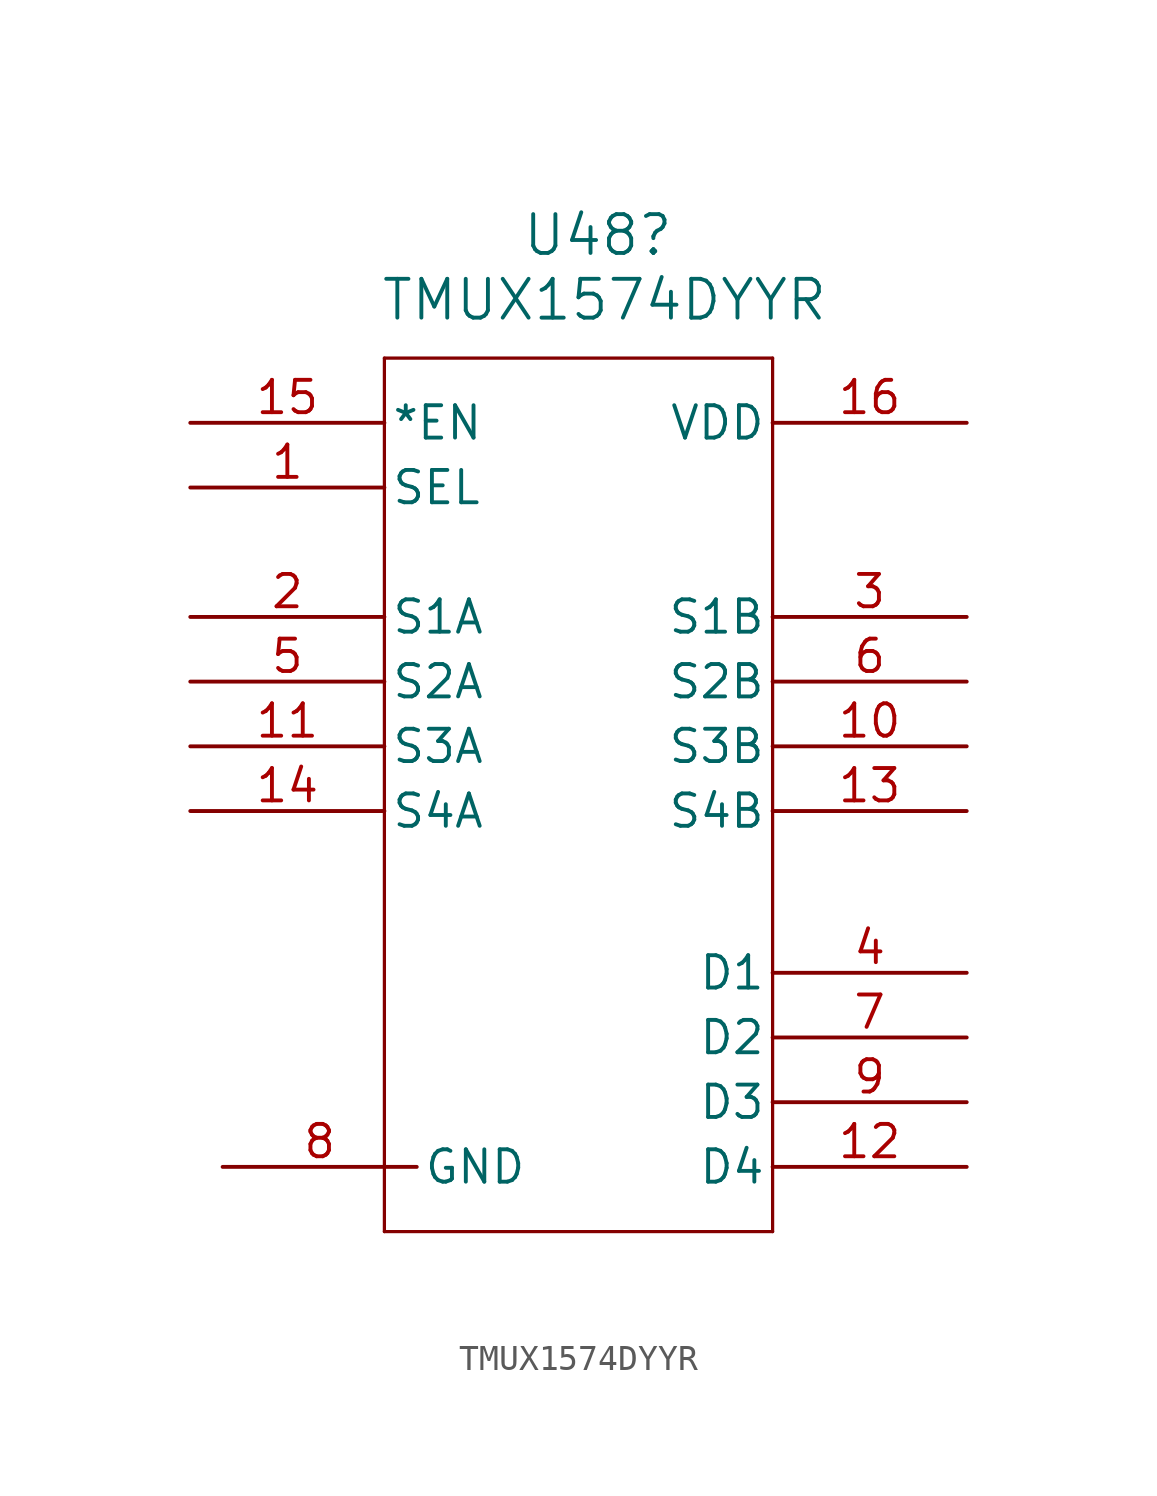
<source format=kicad_sym>
(kicad_symbol_lib
  (version 20231120)
  (generator "kicad_symbol_editor")
  (generator_version "8.0")
  (symbol "TMUX1574DYYR"
    (pin_names
      (offset 0.254))
    (property "Reference" "U48"
      (at -0.508 3.556 0)
      (effects (font (size 1.524 1.524))))
    (property "Value" "TMUX1574DYYR"
      (at -0.254 1.016 0)
      (effects (font (size 1.524 1.524))))
    (property "ki_locked" ""
      (at 0 0 0)
      (effects (font (size 1.27 1.27))))
    (symbol "TMUX1574DYYR_0_1"
      (polyline (pts (xy -8.89 -35.56) (xy 6.35 -35.56)) (stroke (width 0.127) (type default)) (fill (type none)))
      (polyline (pts (xy -8.89 -1.27) (xy -8.89 -35.56)) (stroke (width 0.127) (type default)) (fill (type none)))
      (polyline (pts (xy 6.35 -35.56) (xy 6.35 -1.27)) (stroke (width 0.127) (type default)) (fill (type none)))
      (polyline (pts (xy 6.35 -1.27) (xy -8.89 -1.27)) (stroke (width 0.127) (type default)) (fill (type none)))
      (pin input line (at -16.51 -6.35 0) (length 7.62) (name "SEL" (effects (font (size 1.27 1.27)))) (number "1" (effects (font (size 1.27 1.27)))))
      (pin bidirectional line (at 13.97 -33.02 180) (length 7.62) (name "D4" (effects (font (size 1.27 1.27)))) (number "12" (effects (font (size 1.27 1.27)))))
      (pin bidirectional line (at -16.51 -19.05 0) (length 7.62) (name "S4A" (effects (font (size 1.27 1.27)))) (number "14" (effects (font (size 1.27 1.27)))))
      (pin input line (at -16.51 -3.81 0) (length 7.62) (name "*EN" (effects (font (size 1.27 1.27)))) (number "15" (effects (font (size 1.27 1.27)))))
      (pin bidirectional line (at -16.51 -11.43 0) (length 7.62) (name "S1A" (effects (font (size 1.27 1.27)))) (number "2" (effects (font (size 1.27 1.27)))))
      (pin bidirectional line (at 13.97 -25.4 180) (length 7.62) (name "D1" (effects (font (size 1.27 1.27)))) (number "4" (effects (font (size 1.27 1.27)))))
      (pin bidirectional line (at -16.51 -13.97 0) (length 7.62) (name "S2A" (effects (font (size 1.27 1.27)))) (number "5" (effects (font (size 1.27 1.27)))))
      (pin bidirectional line (at 13.97 -27.94 180) (length 7.62) (name "D2" (effects (font (size 1.27 1.27)))) (number "7" (effects (font (size 1.27 1.27)))))
      (pin power_out line (at -15.24 -33.02 0) (length 7.62) (name "GND" (effects (font (size 1.27 1.27)))) (number "8" (effects (font (size 1.27 1.27)))))
      (pin bidirectional line (at 13.97 -30.48 180) (length 7.62) (name "D3" (effects (font (size 1.27 1.27)))) (number "9" (effects (font (size 1.27 1.27))))))
    (symbol "TMUX1574DYYR_1_1"
      (pin bidirectional line (at 13.97 -16.51 180) (length 7.62) (name "S3B" (effects (font (size 1.27 1.27)))) (number "10" (effects (font (size 1.27 1.27)))))
      (pin bidirectional line (at -16.51 -16.51 0) (length 7.62) (name "S3A" (effects (font (size 1.27 1.27)))) (number "11" (effects (font (size 1.27 1.27)))))
      (pin bidirectional line (at 13.97 -19.05 180) (length 7.62) (name "S4B" (effects (font (size 1.27 1.27)))) (number "13" (effects (font (size 1.27 1.27)))))
      (pin power_in line (at 13.97 -3.81 180) (length 7.62) (name "VDD" (effects (font (size 1.27 1.27)))) (number "16" (effects (font (size 1.27 1.27)))))
      (pin bidirectional line (at 13.97 -11.43 180) (length 7.62) (name "S1B" (effects (font (size 1.27 1.27)))) (number "3" (effects (font (size 1.27 1.27)))))
      (pin bidirectional line (at 13.97 -13.97 180) (length 7.62) (name "S2B" (effects (font (size 1.27 1.27)))) (number "6" (effects (font (size 1.27 1.27))))))))
</source>
